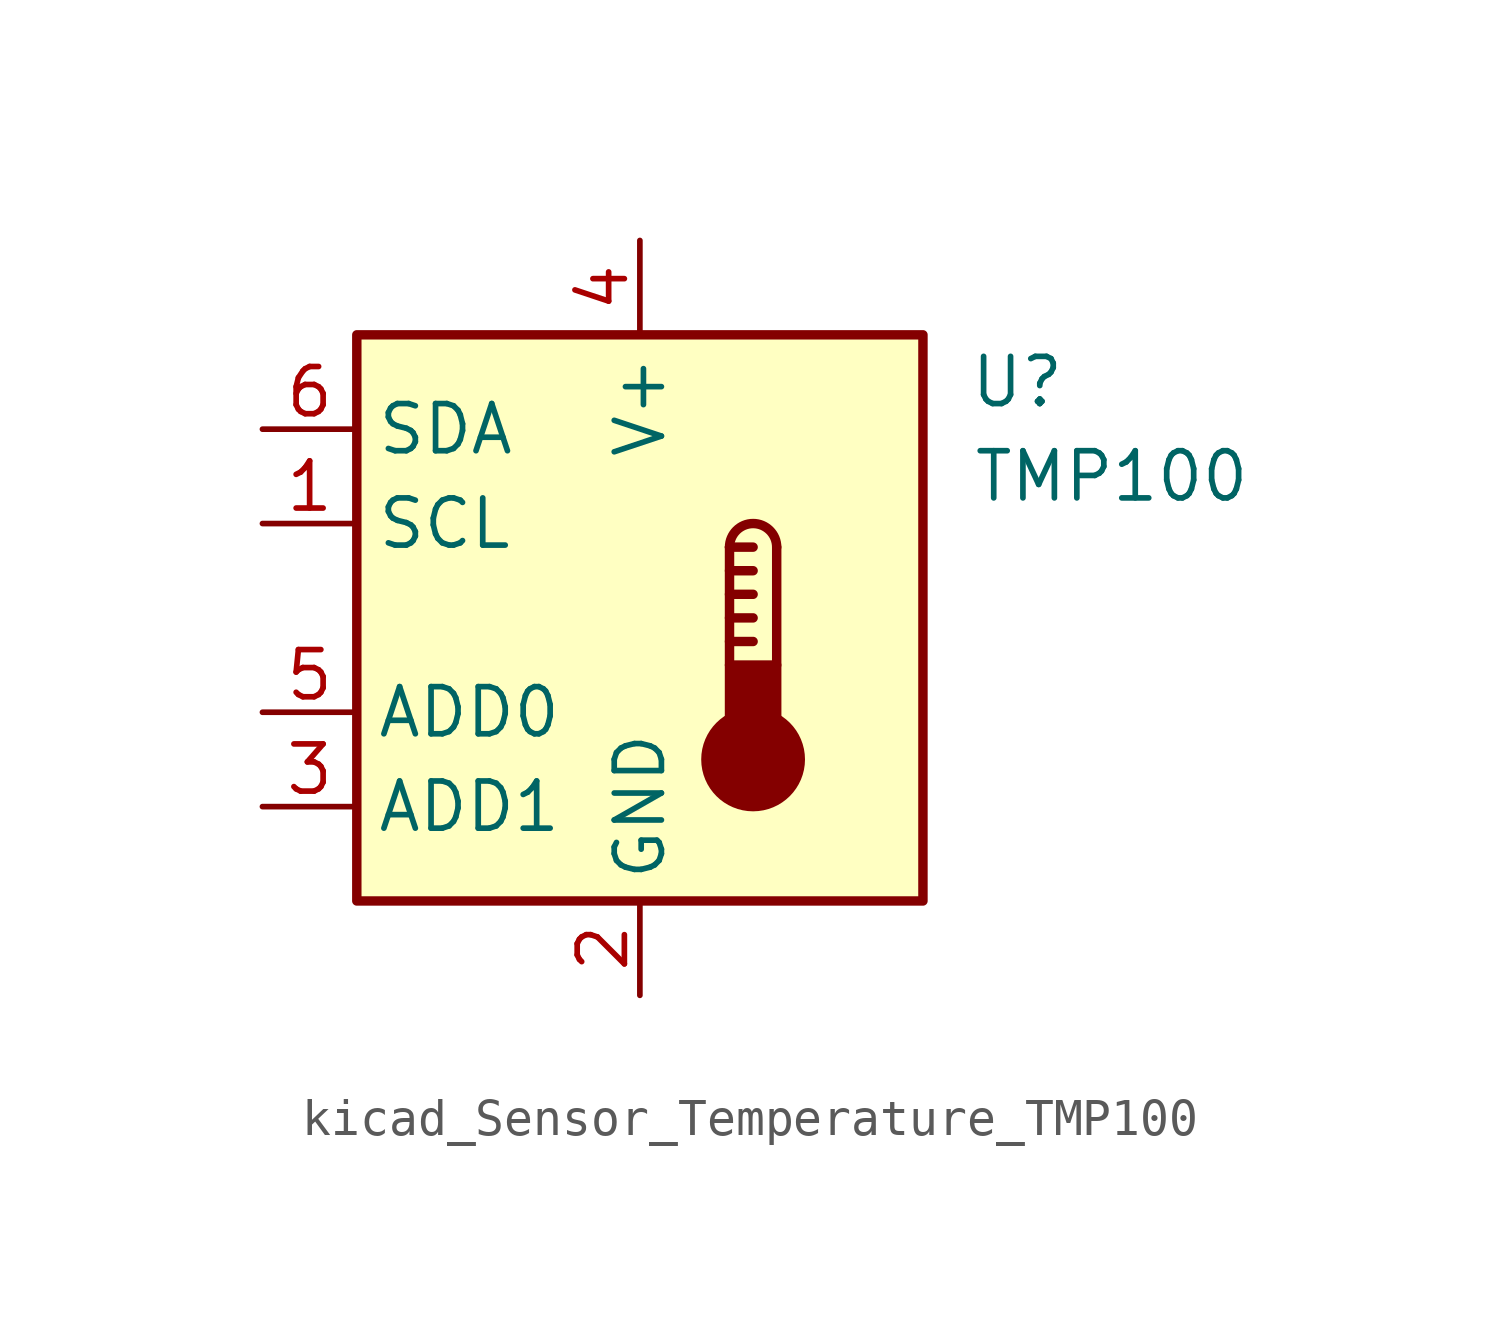
<source format=kicad_sym>
(kicad_symbol_lib
  (version 20220914)
  (generator kicad_symbol_editor)
  (symbol "kicad_Sensor_Temperature_TMP100"
    (property "Reference" "U"
      (at 10.16 6.35 0)
      (effects (font (size 1.27 1.27))))
    (property "Value" "TMP100"
      (at 12.7 3.81 0)
      (effects (font (size 1.27 1.27))))
    (symbol "kicad_Sensor_Temperature_TMP100_0_1"
      (rectangle (start -7.62 7.62) (end 7.62 -7.62) (stroke (width 0.254) (type default)) (fill (type background))))
    (symbol "kicad_Sensor_Temperature_TMP100_1_1"
      (polyline (pts (xy 2.413 -0.635) (xy 3.048 -0.635)) (stroke (width 0.254) (type default)) (fill (type none)))
      (polyline (pts (xy 2.413 0) (xy 3.048 0)) (stroke (width 0.254) (type default)) (fill (type none)))
      (polyline (pts (xy 2.413 0.635) (xy 3.048 0.635)) (stroke (width 0.254) (type default)) (fill (type none)))
      (polyline (pts (xy 2.413 1.27) (xy 3.048 1.27)) (stroke (width 0.254) (type default)) (fill (type none)))
      (polyline (pts (xy 2.413 1.905) (xy 2.413 -1.27)) (stroke (width 0.254) (type default)) (fill (type none)))
      (polyline (pts (xy 2.413 1.905) (xy 3.048 1.905)) (stroke (width 0.254) (type default)) (fill (type none)))
      (polyline (pts (xy 3.683 1.905) (xy 3.683 -1.27)) (stroke (width 0.254) (type default)) (fill (type none)))
      (circle (center 3.048 -3.81) (radius 1.27) (stroke (width 0.254) (type default)) (fill (type outline)))
      (rectangle (start 3.683 -3.175) (end 2.413 -1.27) (stroke (width 0.254) (type default)) (fill (type outline)))
      (arc (start 3.683 1.905) (mid 3.048 2.5373) (end 2.413 1.905) (stroke (width 0.254) (type default)) (fill (type none)))
      (pin input line (at -10.16 2.54 0) (length 2.54) (name "SCL" (effects (font (size 1.27 1.27)))) (number "1" (effects (font (size 1.27 1.27)))))
      (pin power_in line (at 0 -10.16 90) (length 2.54) (name "GND" (effects (font (size 1.27 1.27)))) (number "2" (effects (font (size 1.27 1.27)))))
      (pin input line (at -10.16 -5.08 0) (length 2.54) (name "ADD1" (effects (font (size 1.27 1.27)))) (number "3" (effects (font (size 1.27 1.27)))))
      (pin power_in line (at 0 10.16 270) (length 2.54) (name "V+" (effects (font (size 1.27 1.27)))) (number "4" (effects (font (size 1.27 1.27)))))
      (pin input line (at -10.16 -2.54 0) (length 2.54) (name "ADD0" (effects (font (size 1.27 1.27)))) (number "5" (effects (font (size 1.27 1.27)))))
      (pin bidirectional line (at -10.16 5.08 0) (length 2.54) (name "SDA" (effects (font (size 1.27 1.27)))) (number "6" (effects (font (size 1.27 1.27))))))))
</source>
